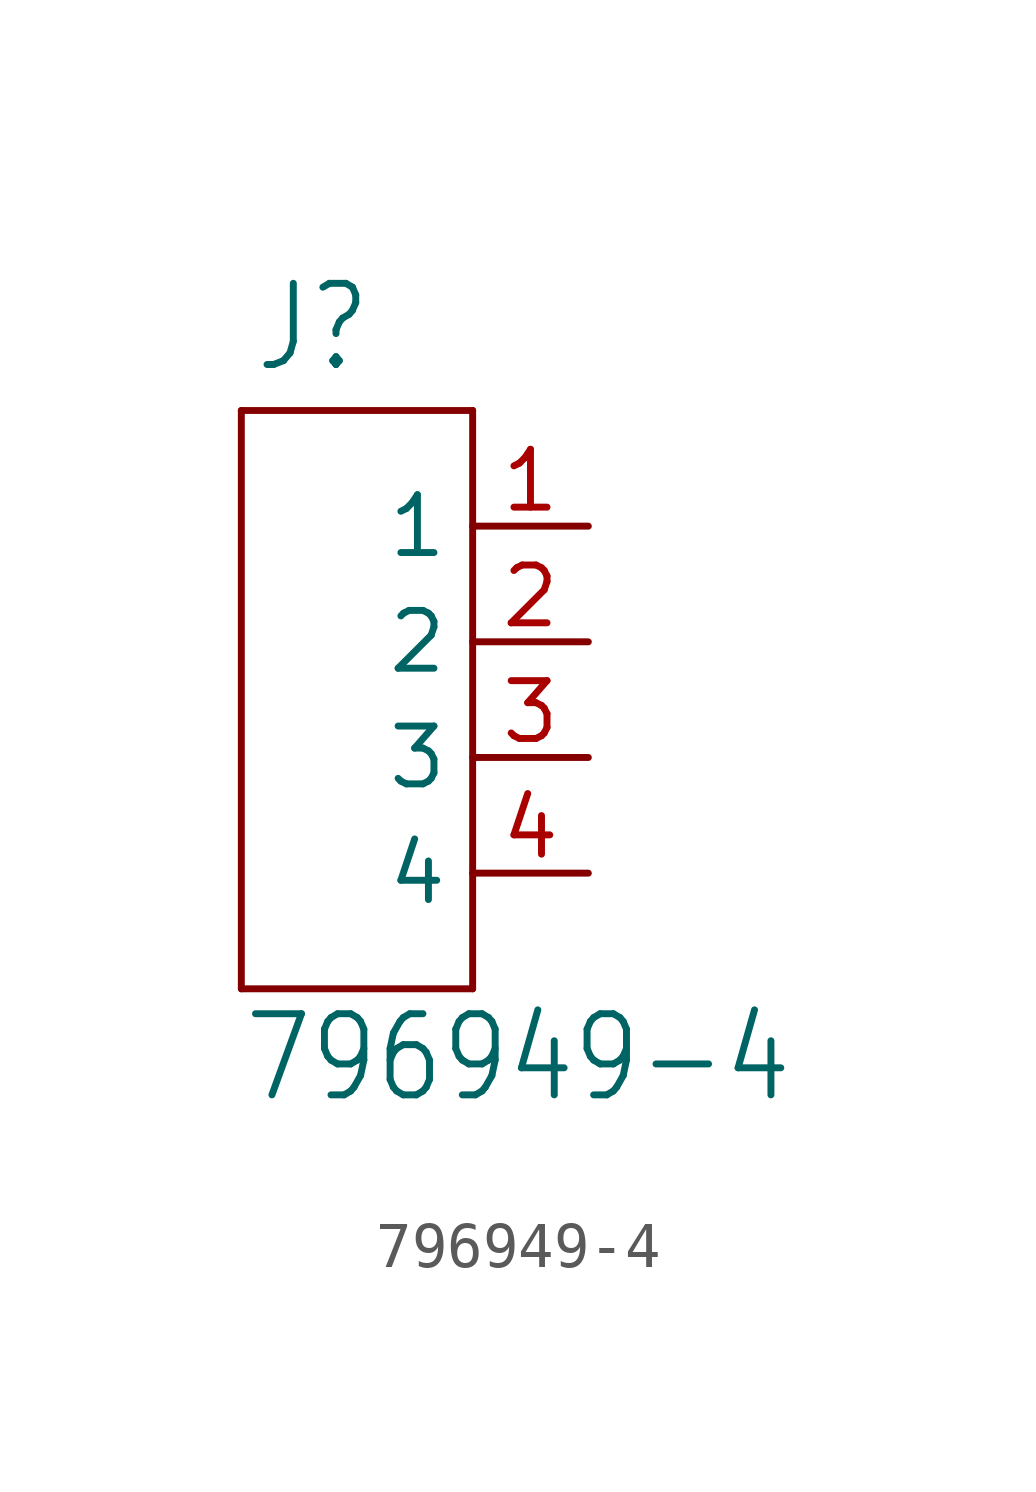
<source format=kicad_sym>
(kicad_symbol_lib
  (version 20211014)
  (generator kicad_symbol_editor)
  (symbol "796949-4"
    (property "Reference" "J"
      (at -2.292 8.404 0)
      (effects (font (size 1.783 1.515)) (justify left bottom)))
    (property "Value" "796949-4"
      (at -2.545 -7.635 0)
      (effects (font (size 1.782 1.514)) (justify left bottom)))
    (property "ki_locked" ""
      (at 0 0 0)
      (effects (font (size 1.27 1.27))))
    (symbol "796949-4_1_0"
      (polyline (pts (xy -2.54 -5.08) (xy 2.54 -5.08)) (stroke (width 0.152) (type default) (color 0 0 0 0)) (fill (type none)))
      (polyline (pts (xy -2.54 7.62) (xy -2.54 -5.08)) (stroke (width 0.152) (type default) (color 0 0 0 0)) (fill (type none)))
      (polyline (pts (xy 2.54 -5.08) (xy 2.54 7.62)) (stroke (width 0.152) (type default) (color 0 0 0 0)) (fill (type none)))
      (polyline (pts (xy 2.54 7.62) (xy -2.54 7.62)) (stroke (width 0.152) (type default) (color 0 0 0 0)) (fill (type none)))
      (pin passive line (at 5.08 5.08 180) (length 2.54) (name "1" (effects (font (size 1.27 1.27)))) (number "1" (effects (font (size 1.27 1.27)))))
      (pin passive line (at 5.08 2.54 180) (length 2.54) (name "2" (effects (font (size 1.27 1.27)))) (number "2" (effects (font (size 1.27 1.27)))))
      (pin passive line (at 5.08 0 180) (length 2.54) (name "3" (effects (font (size 1.27 1.27)))) (number "3" (effects (font (size 1.27 1.27)))))
      (pin passive line (at 5.08 -2.54 180) (length 2.54) (name "4" (effects (font (size 1.27 1.27)))) (number "4" (effects (font (size 1.27 1.27))))))))
</source>
